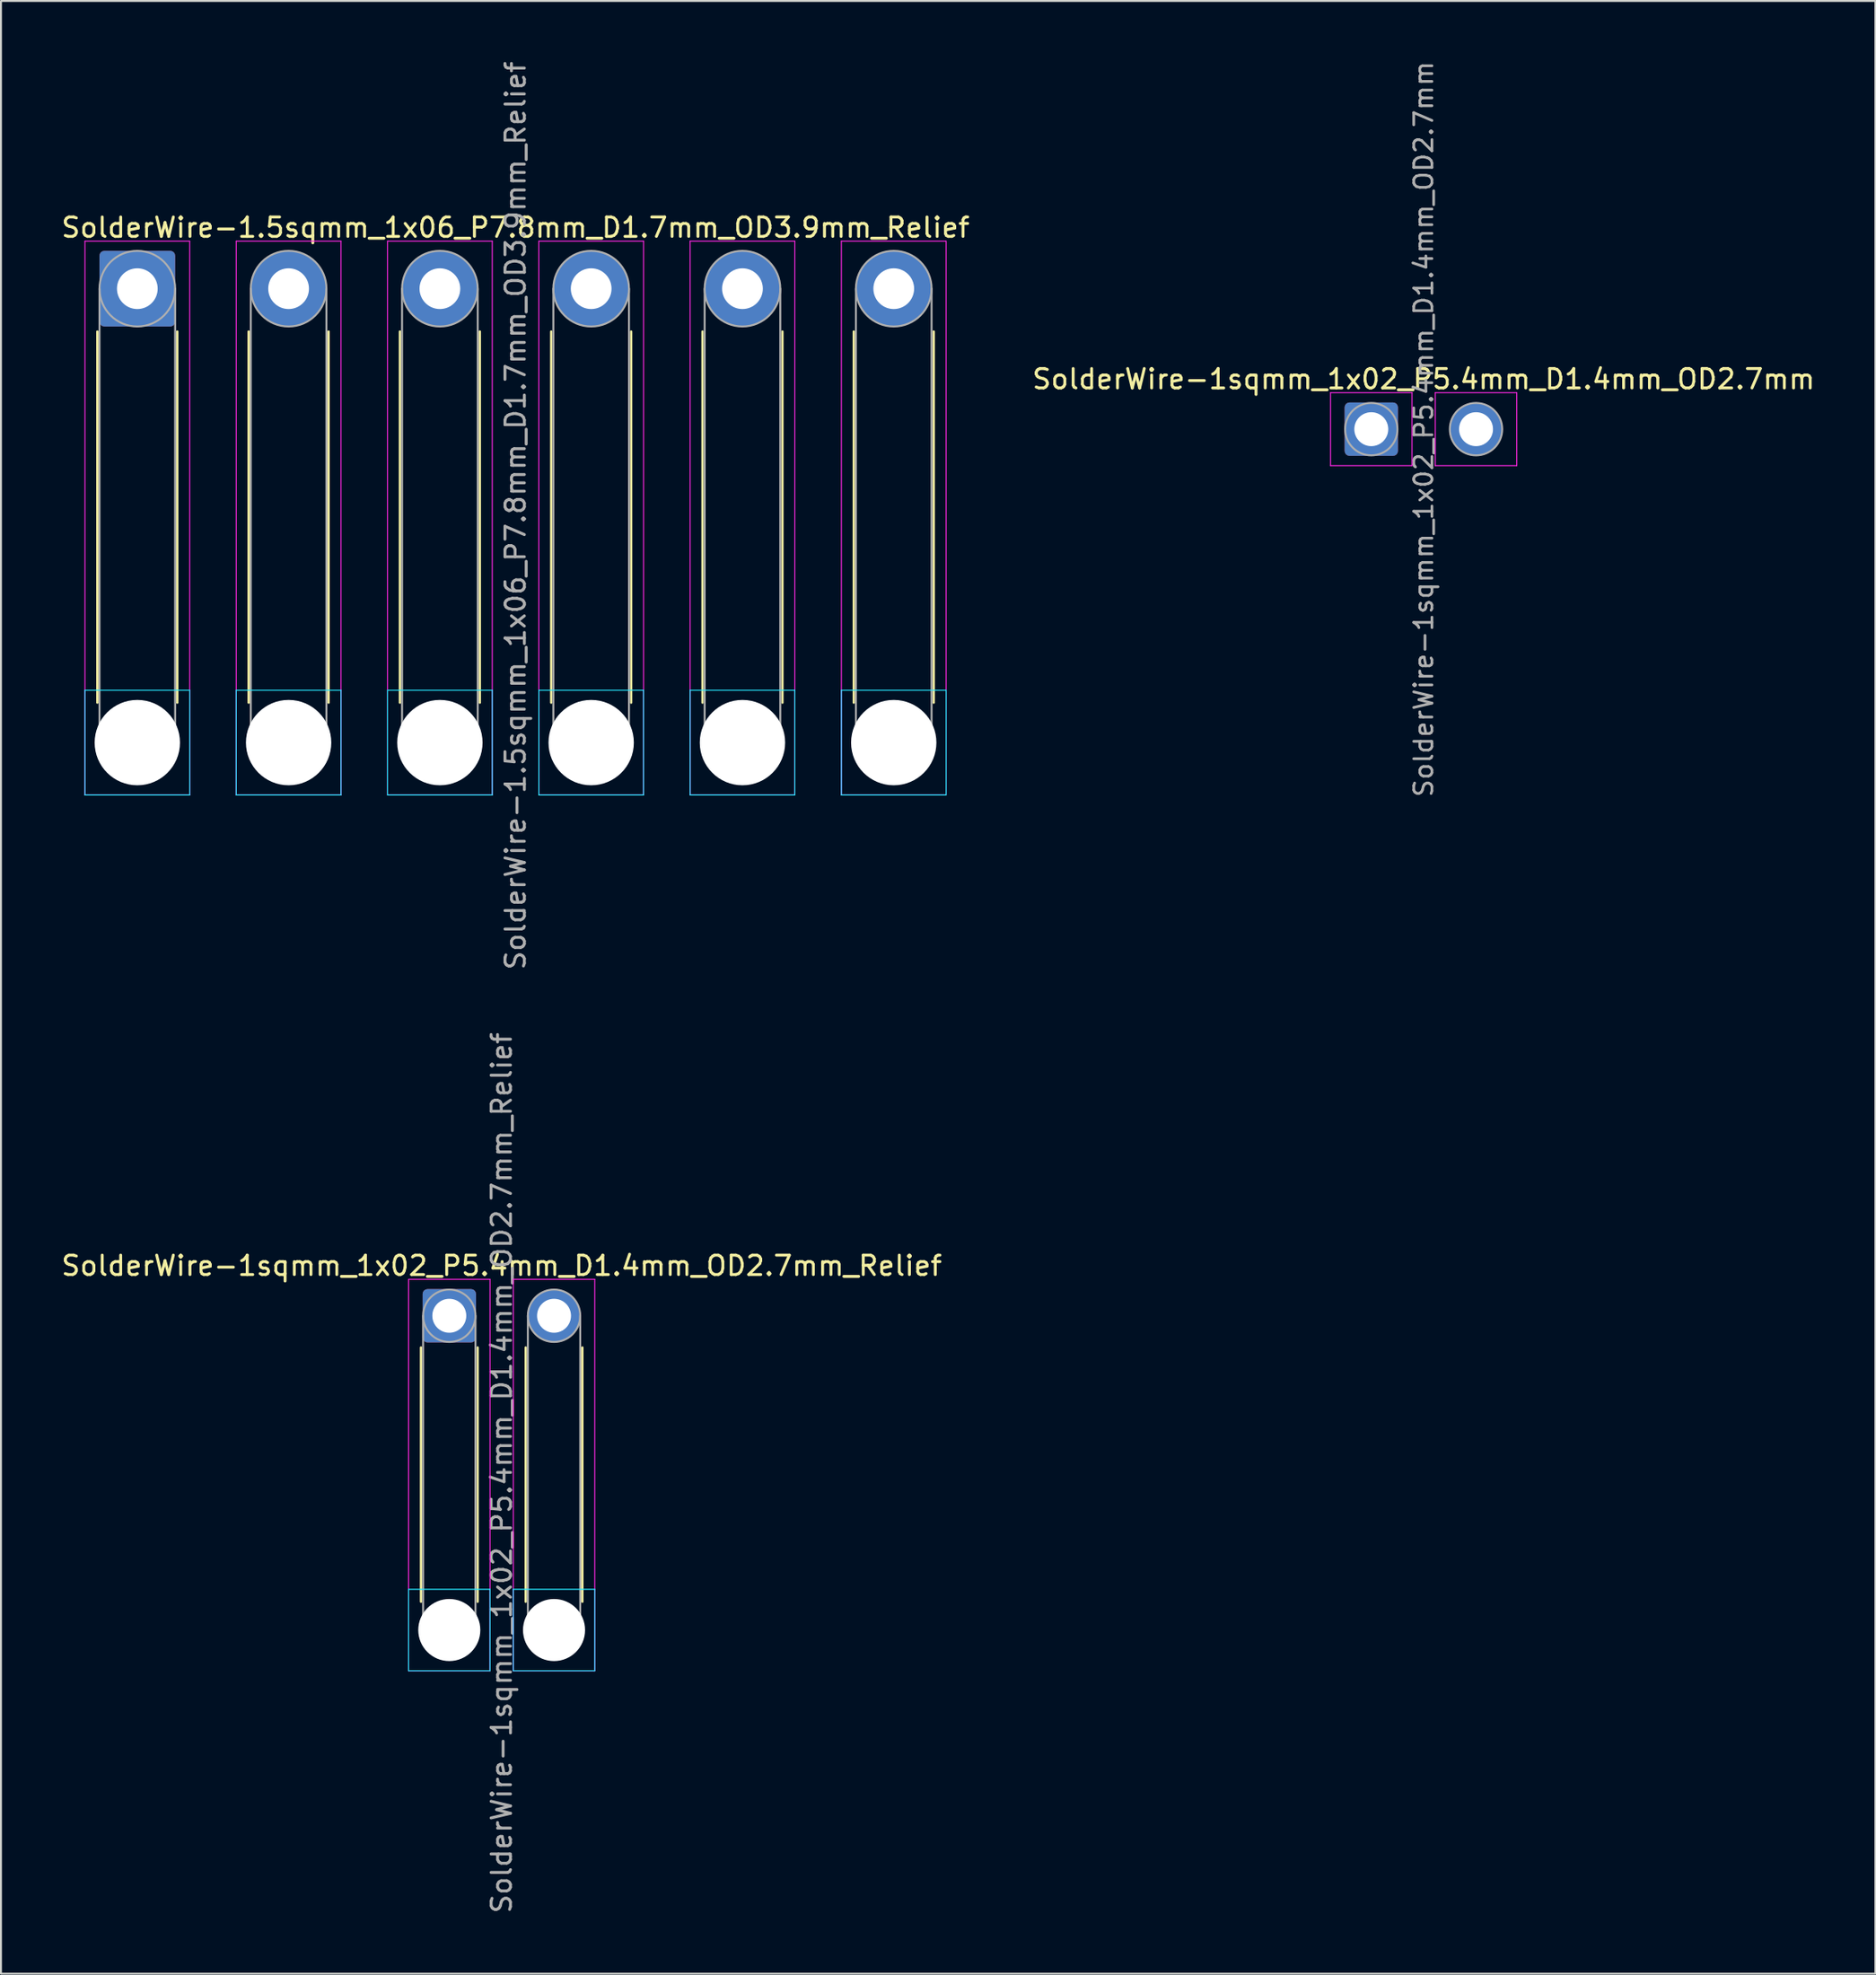
<source format=kicad_pcb>
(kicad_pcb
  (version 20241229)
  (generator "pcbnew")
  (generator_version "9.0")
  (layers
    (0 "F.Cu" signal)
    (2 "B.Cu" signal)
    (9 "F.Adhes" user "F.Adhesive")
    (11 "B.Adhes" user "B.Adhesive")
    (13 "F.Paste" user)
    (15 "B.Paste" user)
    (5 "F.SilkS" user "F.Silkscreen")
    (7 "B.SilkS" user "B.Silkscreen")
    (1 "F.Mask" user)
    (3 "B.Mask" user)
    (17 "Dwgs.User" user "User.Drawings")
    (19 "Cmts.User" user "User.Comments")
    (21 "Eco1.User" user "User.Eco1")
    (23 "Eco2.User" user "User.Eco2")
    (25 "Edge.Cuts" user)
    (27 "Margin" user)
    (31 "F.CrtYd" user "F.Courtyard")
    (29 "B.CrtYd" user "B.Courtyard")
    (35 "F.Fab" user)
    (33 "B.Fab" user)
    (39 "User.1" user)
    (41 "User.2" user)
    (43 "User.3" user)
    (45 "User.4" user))
  (footprint "SolderWire-1.5sqmm_1x06_P7.8mm_D1.7mm_OD3.9mm_Relief"
    (layer "F.Cu")
    (at 4.03 11.83)
    (property "Reference" "SolderWire-1.5sqmm_1x06_P7.8mm_D1.7mm_OD3.9mm_Relief" (at 19.5 -3.15 0) (layer "F.SilkS") (effects (font (size 1 1) (thickness 0.15))))
    (attr exclude_from_pos_files exclude_from_bom)
    (fp_line (start -2.06 2.21) (end -2.06 21.34) (stroke (width 0.12) (type solid)) (layer "F.SilkS"))
    (fp_line (start 2.06 2.21) (end 2.06 21.34) (stroke (width 0.12) (type solid)) (layer "F.SilkS"))
    (fp_line (start 5.74 2.21) (end 5.74 21.34) (stroke (width 0.12) (type solid)) (layer "F.SilkS"))
    (fp_line (start 9.86 2.21) (end 9.86 21.34) (stroke (width 0.12) (type solid)) (layer "F.SilkS"))
    (fp_line (start 13.54 2.21) (end 13.54 21.34) (stroke (width 0.12) (type solid)) (layer "F.SilkS"))
    (fp_line (start 17.66 2.21) (end 17.66 21.34) (stroke (width 0.12) (type solid)) (layer "F.SilkS"))
    (fp_line (start 21.34 2.21) (end 21.34 21.34) (stroke (width 0.12) (type solid)) (layer "F.SilkS"))
    (fp_line (start 25.46 2.21) (end 25.46 21.34) (stroke (width 0.12) (type solid)) (layer "F.SilkS"))
    (fp_line (start 29.14 2.21) (end 29.14 21.34) (stroke (width 0.12) (type solid)) (layer "F.SilkS"))
    (fp_line (start 33.26 2.21) (end 33.26 21.34) (stroke (width 0.12) (type solid)) (layer "F.SilkS"))
    (fp_line (start 36.94 2.21) (end 36.94 21.34) (stroke (width 0.12) (type solid)) (layer "F.SilkS"))
    (fp_line (start 41.06 2.21) (end 41.06 21.34) (stroke (width 0.12) (type solid)) (layer "F.SilkS"))
    (fp_line (start -2.7 20.7) (end -2.7 26.1) (stroke (width 0.05) (type solid)) (layer "B.CrtYd"))
    (fp_line (start -2.7 26.1) (end 2.7 26.1) (stroke (width 0.05) (type solid)) (layer "B.CrtYd"))
    (fp_line (start 2.7 20.7) (end -2.7 20.7) (stroke (width 0.05) (type solid)) (layer "B.CrtYd"))
    (fp_line (start 2.7 26.1) (end 2.7 20.7) (stroke (width 0.05) (type solid)) (layer "B.CrtYd"))
    (fp_line (start 5.1 20.7) (end 5.1 26.1) (stroke (width 0.05) (type solid)) (layer "B.CrtYd"))
    (fp_line (start 5.1 26.1) (end 10.5 26.1) (stroke (width 0.05) (type solid)) (layer "B.CrtYd"))
    (fp_line (start 10.5 20.7) (end 5.1 20.7) (stroke (width 0.05) (type solid)) (layer "B.CrtYd"))
    (fp_line (start 10.5 26.1) (end 10.5 20.7) (stroke (width 0.05) (type solid)) (layer "B.CrtYd"))
    (fp_line (start 12.9 20.7) (end 12.9 26.1) (stroke (width 0.05) (type solid)) (layer "B.CrtYd"))
    (fp_line (start 12.9 26.1) (end 18.3 26.1) (stroke (width 0.05) (type solid)) (layer "B.CrtYd"))
    (fp_line (start 18.3 20.7) (end 12.9 20.7) (stroke (width 0.05) (type solid)) (layer "B.CrtYd"))
    (fp_line (start 18.3 26.1) (end 18.3 20.7) (stroke (width 0.05) (type solid)) (layer "B.CrtYd"))
    (fp_line (start 20.7 20.7) (end 20.7 26.1) (stroke (width 0.05) (type solid)) (layer "B.CrtYd"))
    (fp_line (start 20.7 26.1) (end 26.1 26.1) (stroke (width 0.05) (type solid)) (layer "B.CrtYd"))
    (fp_line (start 26.1 20.7) (end 20.7 20.7) (stroke (width 0.05) (type solid)) (layer "B.CrtYd"))
    (fp_line (start 26.1 26.1) (end 26.1 20.7) (stroke (width 0.05) (type solid)) (layer "B.CrtYd"))
    (fp_line (start 28.5 20.7) (end 28.5 26.1) (stroke (width 0.05) (type solid)) (layer "B.CrtYd"))
    (fp_line (start 28.5 26.1) (end 33.9 26.1) (stroke (width 0.05) (type solid)) (layer "B.CrtYd"))
    (fp_line (start 33.9 20.7) (end 28.5 20.7) (stroke (width 0.05) (type solid)) (layer "B.CrtYd"))
    (fp_line (start 33.9 26.1) (end 33.9 20.7) (stroke (width 0.05) (type solid)) (layer "B.CrtYd"))
    (fp_line (start 36.3 20.7) (end 36.3 26.1) (stroke (width 0.05) (type solid)) (layer "B.CrtYd"))
    (fp_line (start 36.3 26.1) (end 41.7 26.1) (stroke (width 0.05) (type solid)) (layer "B.CrtYd"))
    (fp_line (start 41.7 20.7) (end 36.3 20.7) (stroke (width 0.05) (type solid)) (layer "B.CrtYd"))
    (fp_line (start 41.7 26.1) (end 41.7 20.7) (stroke (width 0.05) (type solid)) (layer "B.CrtYd"))
    (fp_line (start -2.7 -2.45) (end -2.7 26.1) (stroke (width 0.05) (type solid)) (layer "F.CrtYd"))
    (fp_line (start -2.7 26.1) (end 2.7 26.1) (stroke (width 0.05) (type solid)) (layer "F.CrtYd"))
    (fp_line (start 2.7 -2.45) (end -2.7 -2.45) (stroke (width 0.05) (type solid)) (layer "F.CrtYd"))
    (fp_line (start 2.7 26.1) (end 2.7 -2.45) (stroke (width 0.05) (type solid)) (layer "F.CrtYd"))
    (fp_line (start 5.1 -2.45) (end 5.1 26.1) (stroke (width 0.05) (type solid)) (layer "F.CrtYd"))
    (fp_line (start 5.1 26.1) (end 10.5 26.1) (stroke (width 0.05) (type solid)) (layer "F.CrtYd"))
    (fp_line (start 10.5 -2.45) (end 5.1 -2.45) (stroke (width 0.05) (type solid)) (layer "F.CrtYd"))
    (fp_line (start 10.5 26.1) (end 10.5 -2.45) (stroke (width 0.05) (type solid)) (layer "F.CrtYd"))
    (fp_line (start 12.9 -2.45) (end 12.9 26.1) (stroke (width 0.05) (type solid)) (layer "F.CrtYd"))
    (fp_line (start 12.9 26.1) (end 18.3 26.1) (stroke (width 0.05) (type solid)) (layer "F.CrtYd"))
    (fp_line (start 18.3 -2.45) (end 12.9 -2.45) (stroke (width 0.05) (type solid)) (layer "F.CrtYd"))
    (fp_line (start 18.3 26.1) (end 18.3 -2.45) (stroke (width 0.05) (type solid)) (layer "F.CrtYd"))
    (fp_line (start 20.7 -2.45) (end 20.7 26.1) (stroke (width 0.05) (type solid)) (layer "F.CrtYd"))
    (fp_line (start 20.7 26.1) (end 26.1 26.1) (stroke (width 0.05) (type solid)) (layer "F.CrtYd"))
    (fp_line (start 26.1 -2.45) (end 20.7 -2.45) (stroke (width 0.05) (type solid)) (layer "F.CrtYd"))
    (fp_line (start 26.1 26.1) (end 26.1 -2.45) (stroke (width 0.05) (type solid)) (layer "F.CrtYd"))
    (fp_line (start 28.5 -2.45) (end 28.5 26.1) (stroke (width 0.05) (type solid)) (layer "F.CrtYd"))
    (fp_line (start 28.5 26.1) (end 33.9 26.1) (stroke (width 0.05) (type solid)) (layer "F.CrtYd"))
    (fp_line (start 33.9 -2.45) (end 28.5 -2.45) (stroke (width 0.05) (type solid)) (layer "F.CrtYd"))
    (fp_line (start 33.9 26.1) (end 33.9 -2.45) (stroke (width 0.05) (type solid)) (layer "F.CrtYd"))
    (fp_line (start 36.3 -2.45) (end 36.3 26.1) (stroke (width 0.05) (type solid)) (layer "F.CrtYd"))
    (fp_line (start 36.3 26.1) (end 41.7 26.1) (stroke (width 0.05) (type solid)) (layer "F.CrtYd"))
    (fp_line (start 41.7 -2.45) (end 36.3 -2.45) (stroke (width 0.05) (type solid)) (layer "F.CrtYd"))
    (fp_line (start 41.7 26.1) (end 41.7 -2.45) (stroke (width 0.05) (type solid)) (layer "F.CrtYd"))
    (fp_line (start -1.95 0) (end -1.95 23.4) (stroke (width 0.1) (type solid)) (layer "F.Fab"))
    (fp_line (start 1.95 0) (end 1.95 23.4) (stroke (width 0.1) (type solid)) (layer "F.Fab"))
    (fp_line (start 5.85 0) (end 5.85 23.4) (stroke (width 0.1) (type solid)) (layer "F.Fab"))
    (fp_line (start 9.75 0) (end 9.75 23.4) (stroke (width 0.1) (type solid)) (layer "F.Fab"))
    (fp_line (start 13.65 0) (end 13.65 23.4) (stroke (width 0.1) (type solid)) (layer "F.Fab"))
    (fp_line (start 17.55 0) (end 17.55 23.4) (stroke (width 0.1) (type solid)) (layer "F.Fab"))
    (fp_line (start 21.45 0) (end 21.45 23.4) (stroke (width 0.1) (type solid)) (layer "F.Fab"))
    (fp_line (start 25.35 0) (end 25.35 23.4) (stroke (width 0.1) (type solid)) (layer "F.Fab"))
    (fp_line (start 29.25 0) (end 29.25 23.4) (stroke (width 0.1) (type solid)) (layer "F.Fab"))
    (fp_line (start 33.15 0) (end 33.15 23.4) (stroke (width 0.1) (type solid)) (layer "F.Fab"))
    (fp_line (start 37.05 0) (end 37.05 23.4) (stroke (width 0.1) (type solid)) (layer "F.Fab"))
    (fp_line (start 40.95 0) (end 40.95 23.4) (stroke (width 0.1) (type solid)) (layer "F.Fab"))
    (fp_circle (center 0 0) (end 1.95 0) (stroke (width 0.1) (type solid)) (fill no) (layer "F.Fab"))
    (fp_circle (center 0 23.4) (end 1.95 23.4) (stroke (width 0.1) (type solid)) (fill no) (layer "F.Fab"))
    (fp_circle (center 7.8 0) (end 9.75 0) (stroke (width 0.1) (type solid)) (fill no) (layer "F.Fab"))
    (fp_circle (center 7.8 23.4) (end 9.75 23.4) (stroke (width 0.1) (type solid)) (fill no) (layer "F.Fab"))
    (fp_circle (center 15.6 0) (end 17.55 0) (stroke (width 0.1) (type solid)) (fill no) (layer "F.Fab"))
    (fp_circle (center 15.6 23.4) (end 17.55 23.4) (stroke (width 0.1) (type solid)) (fill no) (layer "F.Fab"))
    (fp_circle (center 23.4 0) (end 25.35 0) (stroke (width 0.1) (type solid)) (fill no) (layer "F.Fab"))
    (fp_circle (center 23.4 23.4) (end 25.35 23.4) (stroke (width 0.1) (type solid)) (fill no) (layer "F.Fab"))
    (fp_circle (center 31.2 0) (end 33.15 0) (stroke (width 0.1) (type solid)) (fill no) (layer "F.Fab"))
    (fp_circle (center 31.2 23.4) (end 33.15 23.4) (stroke (width 0.1) (type solid)) (fill no) (layer "F.Fab"))
    (fp_circle (center 39 0) (end 40.95 0) (stroke (width 0.1) (type solid)) (fill no) (layer "F.Fab"))
    (fp_circle (center 39 23.4) (end 40.95 23.4) (stroke (width 0.1) (type solid)) (fill no) (layer "F.Fab"))
    (fp_text user "${REFERENCE}" (at 19.5 11.7 90) (layer "F.Fab") (effects (font (size 1 1) (thickness 0.15))))
    (pad "" np_thru_hole circle (at 0 23.4) (size 4.4 4.4) (drill 4.4) (layers "*.Cu" "*.Mask"))
    (pad "" np_thru_hole circle (at 7.8 23.4) (size 4.4 4.4) (drill 4.4) (layers "*.Cu" "*.Mask"))
    (pad "" np_thru_hole circle (at 15.6 23.4) (size 4.4 4.4) (drill 4.4) (layers "*.Cu" "*.Mask"))
    (pad "" np_thru_hole circle (at 23.4 23.4) (size 4.4 4.4) (drill 4.4) (layers "*.Cu" "*.Mask"))
    (pad "" np_thru_hole circle (at 31.2 23.4) (size 4.4 4.4) (drill 4.4) (layers "*.Cu" "*.Mask"))
    (pad "" np_thru_hole circle (at 39 23.4) (size 4.4 4.4) (drill 4.4) (layers "*.Cu" "*.Mask"))
    (pad "1" thru_hole roundrect (at 0 0) (size 3.9 3.9) (drill 2.1) (layers "*.Cu" "*.Mask") (roundrect_rratio 0.064))
    (pad "2" thru_hole circle (at 7.8 0) (size 3.9 3.9) (drill 2.1) (layers "*.Cu" "*.Mask"))
    (pad "3" thru_hole circle (at 15.6 0) (size 3.9 3.9) (drill 2.1) (layers "*.Cu" "*.Mask"))
    (pad "4" thru_hole circle (at 23.4 0) (size 3.9 3.9) (drill 2.1) (layers "*.Cu" "*.Mask"))
    (pad "5" thru_hole circle (at 31.2 0) (size 3.9 3.9) (drill 2.1) (layers "*.Cu" "*.Mask"))
    (pad "6" thru_hole circle (at 39 0) (size 3.9 3.9) (drill 2.1) (layers "*.Cu" "*.Mask")))
  (footprint "SolderWire-1sqmm_1x02_P5.4mm_D1.4mm_OD2.7mm_Relief"
    (layer "F.Cu")
    (at 20.115 64.775)
    (property "Reference" "SolderWire-1sqmm_1x02_P5.4mm_D1.4mm_OD2.7mm_Relief" (at 2.7 -2.58 0) (layer "F.SilkS") (effects (font (size 1 1) (thickness 0.15))))
    (attr exclude_from_pos_files exclude_from_bom)
    (fp_line (start -1.46 1.635) (end -1.46 14.74) (stroke (width 0.12) (type solid)) (layer "F.SilkS"))
    (fp_line (start 1.46 1.635) (end 1.46 14.74) (stroke (width 0.12) (type solid)) (layer "F.SilkS"))
    (fp_line (start 3.94 1.635) (end 3.94 14.74) (stroke (width 0.12) (type solid)) (layer "F.SilkS"))
    (fp_line (start 6.86 1.635) (end 6.86 14.74) (stroke (width 0.12) (type solid)) (layer "F.SilkS"))
    (fp_line (start -2.1 14.1) (end -2.1 18.3) (stroke (width 0.05) (type solid)) (layer "B.CrtYd"))
    (fp_line (start -2.1 18.3) (end 2.1 18.3) (stroke (width 0.05) (type solid)) (layer "B.CrtYd"))
    (fp_line (start 2.1 14.1) (end -2.1 14.1) (stroke (width 0.05) (type solid)) (layer "B.CrtYd"))
    (fp_line (start 2.1 18.3) (end 2.1 14.1) (stroke (width 0.05) (type solid)) (layer "B.CrtYd"))
    (fp_line (start 3.3 14.1) (end 3.3 18.3) (stroke (width 0.05) (type solid)) (layer "B.CrtYd"))
    (fp_line (start 3.3 18.3) (end 7.5 18.3) (stroke (width 0.05) (type solid)) (layer "B.CrtYd"))
    (fp_line (start 7.5 14.1) (end 3.3 14.1) (stroke (width 0.05) (type solid)) (layer "B.CrtYd"))
    (fp_line (start 7.5 18.3) (end 7.5 14.1) (stroke (width 0.05) (type solid)) (layer "B.CrtYd"))
    (fp_line (start -2.1 -1.88) (end -2.1 18.3) (stroke (width 0.05) (type solid)) (layer "F.CrtYd"))
    (fp_line (start -2.1 18.3) (end 2.1 18.3) (stroke (width 0.05) (type solid)) (layer "F.CrtYd"))
    (fp_line (start 2.1 -1.88) (end -2.1 -1.88) (stroke (width 0.05) (type solid)) (layer "F.CrtYd"))
    (fp_line (start 2.1 18.3) (end 2.1 -1.88) (stroke (width 0.05) (type solid)) (layer "F.CrtYd"))
    (fp_line (start 3.3 -1.88) (end 3.3 18.3) (stroke (width 0.05) (type solid)) (layer "F.CrtYd"))
    (fp_line (start 3.3 18.3) (end 7.5 18.3) (stroke (width 0.05) (type solid)) (layer "F.CrtYd"))
    (fp_line (start 7.5 -1.88) (end 3.3 -1.88) (stroke (width 0.05) (type solid)) (layer "F.CrtYd"))
    (fp_line (start 7.5 18.3) (end 7.5 -1.88) (stroke (width 0.05) (type solid)) (layer "F.CrtYd"))
    (fp_line (start -1.35 0) (end -1.35 16.2) (stroke (width 0.1) (type solid)) (layer "F.Fab"))
    (fp_line (start 1.35 0) (end 1.35 16.2) (stroke (width 0.1) (type solid)) (layer "F.Fab"))
    (fp_line (start 4.05 0) (end 4.05 16.2) (stroke (width 0.1) (type solid)) (layer "F.Fab"))
    (fp_line (start 6.75 0) (end 6.75 16.2) (stroke (width 0.1) (type solid)) (layer "F.Fab"))
    (fp_circle (center 0 0) (end 1.35 0) (stroke (width 0.1) (type solid)) (fill no) (layer "F.Fab"))
    (fp_circle (center 0 16.2) (end 1.35 16.2) (stroke (width 0.1) (type solid)) (fill no) (layer "F.Fab"))
    (fp_circle (center 5.4 0) (end 6.75 0) (stroke (width 0.1) (type solid)) (fill no) (layer "F.Fab"))
    (fp_circle (center 5.4 16.2) (end 6.75 16.2) (stroke (width 0.1) (type solid)) (fill no) (layer "F.Fab"))
    (fp_text user "${REFERENCE}" (at 2.7 8.1 90) (layer "F.Fab") (effects (font (size 1 1) (thickness 0.15))))
    (pad "" np_thru_hole circle (at 0 16.2) (size 3.2 3.2) (drill 3.2) (layers "*.Cu" "*.Mask"))
    (pad "" np_thru_hole circle (at 5.4 16.2) (size 3.2 3.2) (drill 3.2) (layers "*.Cu" "*.Mask"))
    (pad "1" thru_hole roundrect (at 0 0) (size 2.75 2.75) (drill 1.75) (layers "*.Cu" "*.Mask") (roundrect_rratio 0.091))
    (pad "2" thru_hole circle (at 5.4 0) (size 2.75 2.75) (drill 1.75) (layers "*.Cu" "*.Mask")))
  (footprint "SolderWire-1sqmm_1x02_P5.4mm_D1.4mm_OD2.7mm"
    (layer "F.Cu")
    (at 67.651 19.073)
    (property "Reference" "SolderWire-1sqmm_1x02_P5.4mm_D1.4mm_OD2.7mm" (at 2.7 -2.58 0) (layer "F.SilkS") (effects (font (size 1 1) (thickness 0.15))))
    (attr exclude_from_pos_files exclude_from_bom)
    (fp_line (start -2.1 -1.88) (end -2.1 1.88) (stroke (width 0.05) (type solid)) (layer "F.CrtYd"))
    (fp_line (start -2.1 1.88) (end 2.1 1.88) (stroke (width 0.05) (type solid)) (layer "F.CrtYd"))
    (fp_line (start 2.1 -1.88) (end -2.1 -1.88) (stroke (width 0.05) (type solid)) (layer "F.CrtYd"))
    (fp_line (start 2.1 1.88) (end 2.1 -1.88) (stroke (width 0.05) (type solid)) (layer "F.CrtYd"))
    (fp_line (start 3.3 -1.88) (end 3.3 1.88) (stroke (width 0.05) (type solid)) (layer "F.CrtYd"))
    (fp_line (start 3.3 1.88) (end 7.5 1.88) (stroke (width 0.05) (type solid)) (layer "F.CrtYd"))
    (fp_line (start 7.5 -1.88) (end 3.3 -1.88) (stroke (width 0.05) (type solid)) (layer "F.CrtYd"))
    (fp_line (start 7.5 1.88) (end 7.5 -1.88) (stroke (width 0.05) (type solid)) (layer "F.CrtYd"))
    (fp_circle (center 0 0) (end 1.35 0) (stroke (width 0.1) (type solid)) (fill no) (layer "F.Fab"))
    (fp_circle (center 5.4 0) (end 6.75 0) (stroke (width 0.1) (type solid)) (fill no) (layer "F.Fab"))
    (fp_text user "${REFERENCE}" (at 2.7 0 90) (layer "F.Fab") (effects (font (size 0.94 0.94) (thickness 0.14))))
    (pad "1" thru_hole roundrect (at 0 0) (size 2.75 2.75) (drill 1.75) (layers "*.Cu" "*.Mask") (roundrect_rratio 0.091))
    (pad "2" thru_hole circle (at 5.4 0) (size 2.75 2.75) (drill 1.75) (layers "*.Cu" "*.Mask")))
  (gr_rect
    (start -3 -3)
    (end 93.643 98.69)
    (stroke (width 0.1) (type default))
    (fill no)
    (layer "Edge.Cuts")))
</source>
